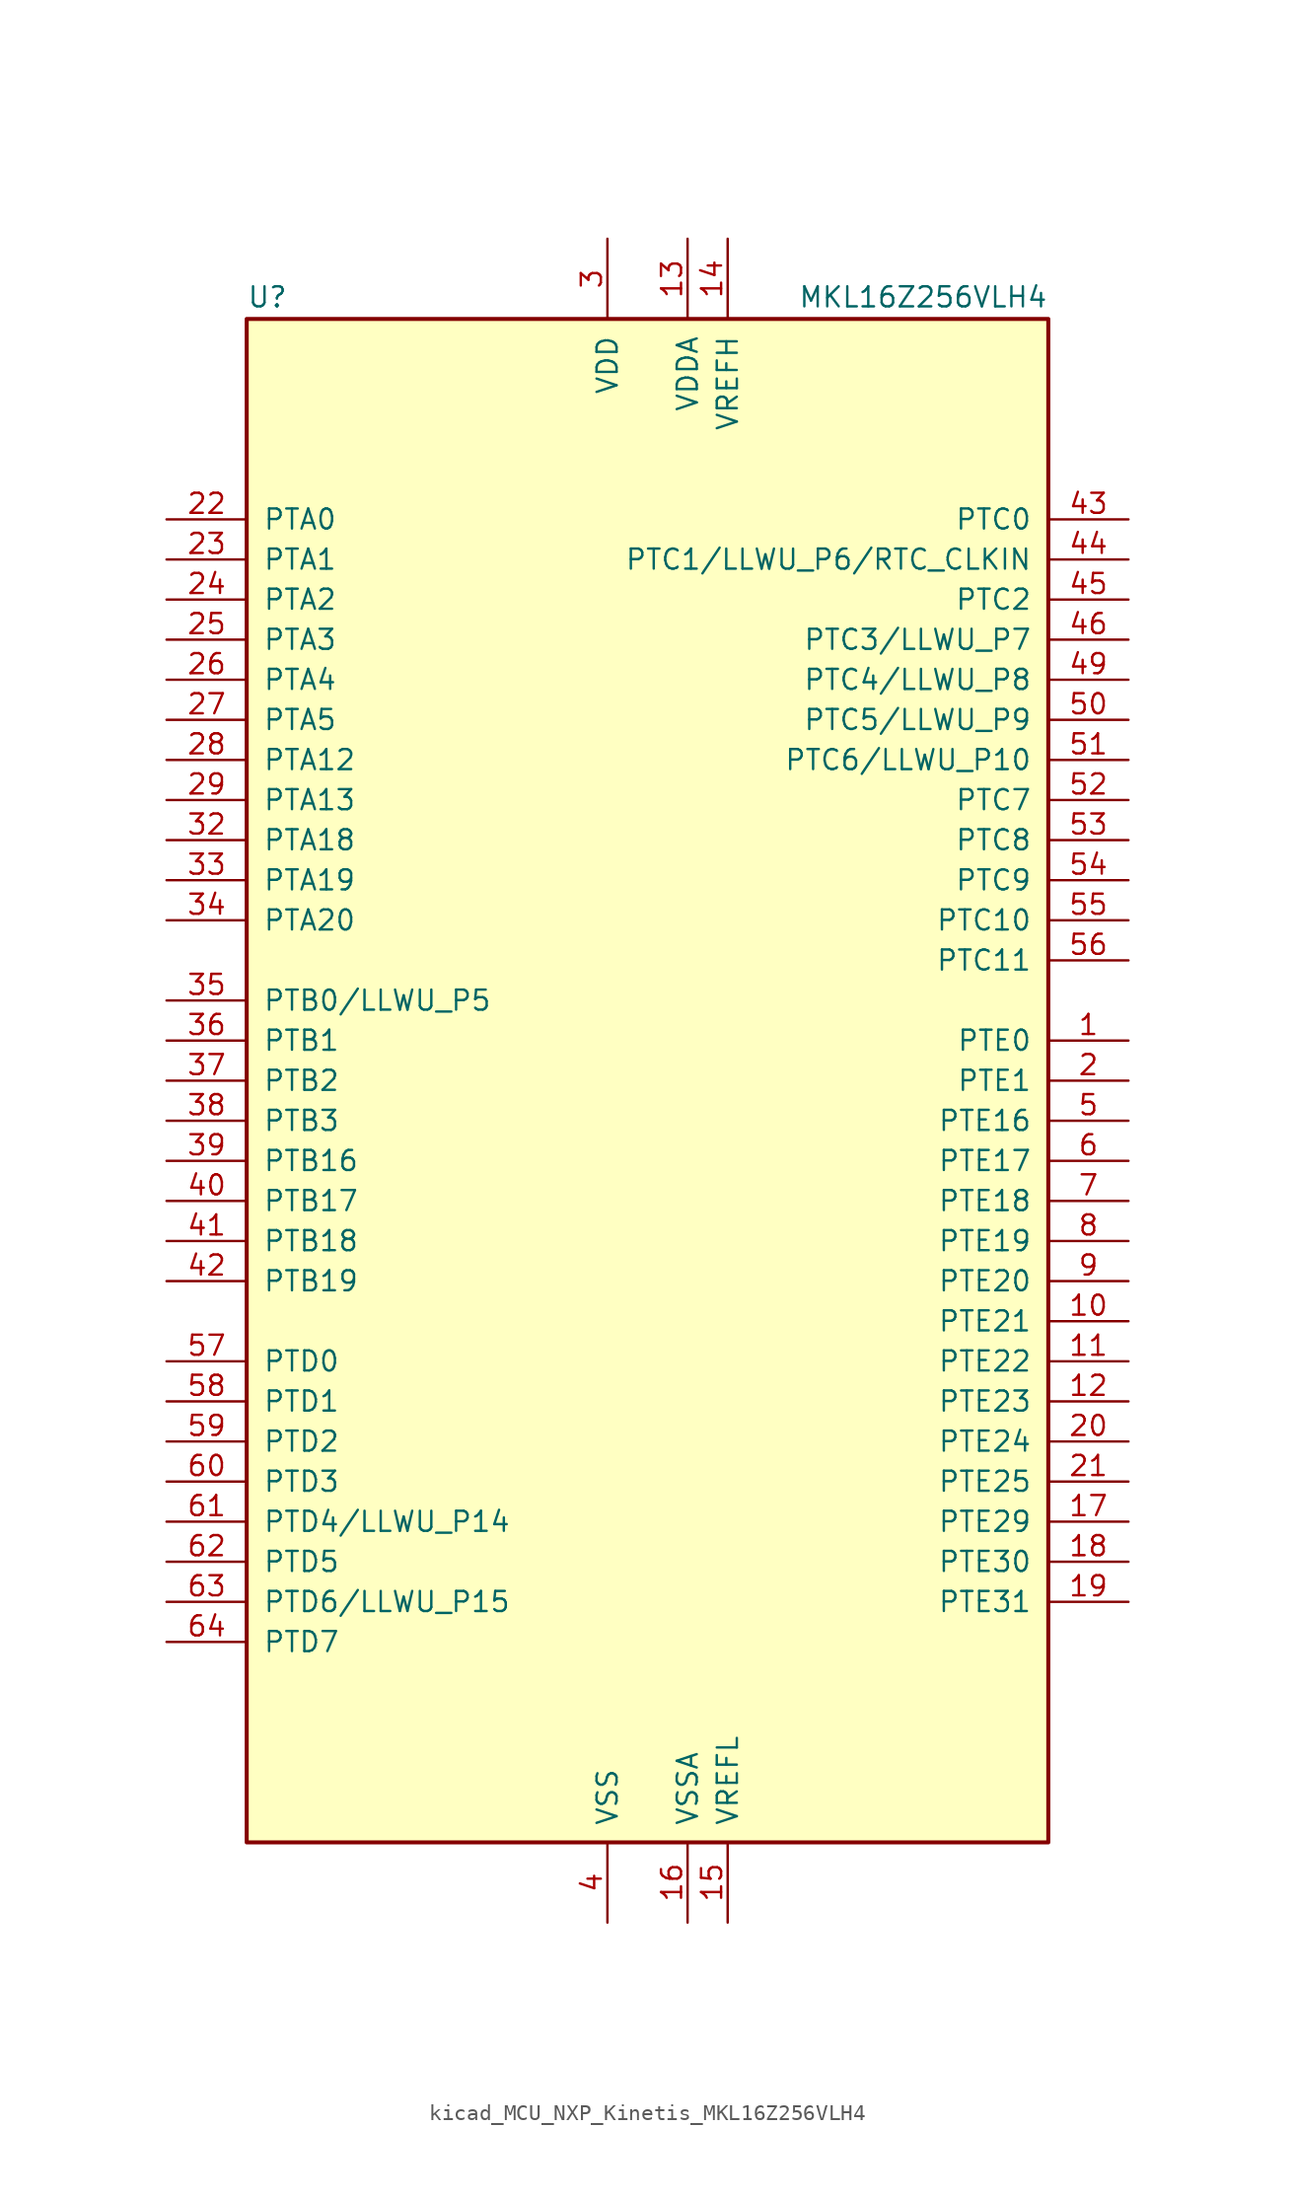
<source format=kicad_sym>
(kicad_symbol_lib
  (version 20220914)
  (generator kicad_symbol_editor)
  (symbol "kicad_MCU_NXP_Kinetis_MKL16Z256VLH4"
    (pin_names
      (offset 1.016))
    (property "Reference" "U"
      (at -25.4 48.895 0)
      (effects (font (size 1.27 1.27)) (justify left bottom)))
    (property "Value" "MKL16Z256VLH4"
      (at 25.4 48.895 0)
      (effects (font (size 1.27 1.27)) (justify right bottom)))
    (symbol "kicad_MCU_NXP_Kinetis_MKL16Z256VLH4_0_1"
      (rectangle (start -25.4 48.26) (end 25.4 -48.26) (stroke (width 0.254) (type default)) (fill (type background))))
    (symbol "kicad_MCU_NXP_Kinetis_MKL16Z256VLH4_1_1"
      (pin bidirectional line (at 30.48 2.54 180) (length 5.08) (name "PTE0" (effects (font (size 1.27 1.27)))) (number "1" (effects (font (size 1.27 1.27)))))
      (pin bidirectional line (at 30.48 -15.24 180) (length 5.08) (name "PTE21" (effects (font (size 1.27 1.27)))) (number "10" (effects (font (size 1.27 1.27)))))
      (pin bidirectional line (at 30.48 -17.78 180) (length 5.08) (name "PTE22" (effects (font (size 1.27 1.27)))) (number "11" (effects (font (size 1.27 1.27)))))
      (pin bidirectional line (at 30.48 -20.32 180) (length 5.08) (name "PTE23" (effects (font (size 1.27 1.27)))) (number "12" (effects (font (size 1.27 1.27)))))
      (pin power_in line (at 2.54 53.34 270) (length 5.08) (name "VDDA" (effects (font (size 1.27 1.27)))) (number "13" (effects (font (size 1.27 1.27)))))
      (pin power_in line (at 5.08 53.34 270) (length 5.08) (name "VREFH" (effects (font (size 1.27 1.27)))) (number "14" (effects (font (size 1.27 1.27)))))
      (pin power_in line (at 5.08 -53.34 90) (length 5.08) (name "VREFL" (effects (font (size 1.27 1.27)))) (number "15" (effects (font (size 1.27 1.27)))))
      (pin power_in line (at 2.54 -53.34 90) (length 5.08) (name "VSSA" (effects (font (size 1.27 1.27)))) (number "16" (effects (font (size 1.27 1.27)))))
      (pin bidirectional line (at 30.48 -27.94 180) (length 5.08) (name "PTE29" (effects (font (size 1.27 1.27)))) (number "17" (effects (font (size 1.27 1.27)))))
      (pin bidirectional line (at 30.48 -30.48 180) (length 5.08) (name "PTE30" (effects (font (size 1.27 1.27)))) (number "18" (effects (font (size 1.27 1.27)))))
      (pin bidirectional line (at 30.48 -33.02 180) (length 5.08) (name "PTE31" (effects (font (size 1.27 1.27)))) (number "19" (effects (font (size 1.27 1.27)))))
      (pin bidirectional line (at 30.48 0 180) (length 5.08) (name "PTE1" (effects (font (size 1.27 1.27)))) (number "2" (effects (font (size 1.27 1.27)))))
      (pin bidirectional line (at 30.48 -22.86 180) (length 5.08) (name "PTE24" (effects (font (size 1.27 1.27)))) (number "20" (effects (font (size 1.27 1.27)))))
      (pin bidirectional line (at 30.48 -25.4 180) (length 5.08) (name "PTE25" (effects (font (size 1.27 1.27)))) (number "21" (effects (font (size 1.27 1.27)))))
      (pin bidirectional line (at -30.48 35.56 0) (length 5.08) (name "PTA0" (effects (font (size 1.27 1.27)))) (number "22" (effects (font (size 1.27 1.27)))))
      (pin bidirectional line (at -30.48 33.02 0) (length 5.08) (name "PTA1" (effects (font (size 1.27 1.27)))) (number "23" (effects (font (size 1.27 1.27)))))
      (pin bidirectional line (at -30.48 30.48 0) (length 5.08) (name "PTA2" (effects (font (size 1.27 1.27)))) (number "24" (effects (font (size 1.27 1.27)))))
      (pin bidirectional line (at -30.48 27.94 0) (length 5.08) (name "PTA3" (effects (font (size 1.27 1.27)))) (number "25" (effects (font (size 1.27 1.27)))))
      (pin bidirectional line (at -30.48 25.4 0) (length 5.08) (name "PTA4" (effects (font (size 1.27 1.27)))) (number "26" (effects (font (size 1.27 1.27)))))
      (pin bidirectional line (at -30.48 22.86 0) (length 5.08) (name "PTA5" (effects (font (size 1.27 1.27)))) (number "27" (effects (font (size 1.27 1.27)))))
      (pin bidirectional line (at -30.48 20.32 0) (length 5.08) (name "PTA12" (effects (font (size 1.27 1.27)))) (number "28" (effects (font (size 1.27 1.27)))))
      (pin bidirectional line (at -30.48 17.78 0) (length 5.08) (name "PTA13" (effects (font (size 1.27 1.27)))) (number "29" (effects (font (size 1.27 1.27)))))
      (pin power_in line (at -2.54 53.34 270) (length 5.08) (name "VDD" (effects (font (size 1.27 1.27)))) (number "3" (effects (font (size 1.27 1.27)))))
      (pin passive line (at -2.54 53.34 270) (length 5.08) hide (name "VDD" (effects (font (size 1.27 1.27)))) (number "30" (effects (font (size 1.27 1.27)))))
      (pin passive line (at -2.54 -53.34 90) (length 5.08) hide (name "VSS" (effects (font (size 1.27 1.27)))) (number "31" (effects (font (size 1.27 1.27)))))
      (pin bidirectional line (at -30.48 15.24 0) (length 5.08) (name "PTA18" (effects (font (size 1.27 1.27)))) (number "32" (effects (font (size 1.27 1.27)))))
      (pin bidirectional line (at -30.48 12.7 0) (length 5.08) (name "PTA19" (effects (font (size 1.27 1.27)))) (number "33" (effects (font (size 1.27 1.27)))))
      (pin bidirectional line (at -30.48 10.16 0) (length 5.08) (name "PTA20" (effects (font (size 1.27 1.27)))) (number "34" (effects (font (size 1.27 1.27)))))
      (pin bidirectional line (at -30.48 5.08 0) (length 5.08) (name "PTB0/LLWU_P5" (effects (font (size 1.27 1.27)))) (number "35" (effects (font (size 1.27 1.27)))))
      (pin bidirectional line (at -30.48 2.54 0) (length 5.08) (name "PTB1" (effects (font (size 1.27 1.27)))) (number "36" (effects (font (size 1.27 1.27)))))
      (pin bidirectional line (at -30.48 0 0) (length 5.08) (name "PTB2" (effects (font (size 1.27 1.27)))) (number "37" (effects (font (size 1.27 1.27)))))
      (pin bidirectional line (at -30.48 -2.54 0) (length 5.08) (name "PTB3" (effects (font (size 1.27 1.27)))) (number "38" (effects (font (size 1.27 1.27)))))
      (pin bidirectional line (at -30.48 -5.08 0) (length 5.08) (name "PTB16" (effects (font (size 1.27 1.27)))) (number "39" (effects (font (size 1.27 1.27)))))
      (pin power_in line (at -2.54 -53.34 90) (length 5.08) (name "VSS" (effects (font (size 1.27 1.27)))) (number "4" (effects (font (size 1.27 1.27)))))
      (pin bidirectional line (at -30.48 -7.62 0) (length 5.08) (name "PTB17" (effects (font (size 1.27 1.27)))) (number "40" (effects (font (size 1.27 1.27)))))
      (pin bidirectional line (at -30.48 -10.16 0) (length 5.08) (name "PTB18" (effects (font (size 1.27 1.27)))) (number "41" (effects (font (size 1.27 1.27)))))
      (pin bidirectional line (at -30.48 -12.7 0) (length 5.08) (name "PTB19" (effects (font (size 1.27 1.27)))) (number "42" (effects (font (size 1.27 1.27)))))
      (pin bidirectional line (at 30.48 35.56 180) (length 5.08) (name "PTC0" (effects (font (size 1.27 1.27)))) (number "43" (effects (font (size 1.27 1.27)))))
      (pin bidirectional line (at 30.48 33.02 180) (length 5.08) (name "PTC1/LLWU_P6/RTC_CLKIN" (effects (font (size 1.27 1.27)))) (number "44" (effects (font (size 1.27 1.27)))))
      (pin bidirectional line (at 30.48 30.48 180) (length 5.08) (name "PTC2" (effects (font (size 1.27 1.27)))) (number "45" (effects (font (size 1.27 1.27)))))
      (pin bidirectional line (at 30.48 27.94 180) (length 5.08) (name "PTC3/LLWU_P7" (effects (font (size 1.27 1.27)))) (number "46" (effects (font (size 1.27 1.27)))))
      (pin passive line (at -2.54 -53.34 90) (length 5.08) hide (name "VSS" (effects (font (size 1.27 1.27)))) (number "47" (effects (font (size 1.27 1.27)))))
      (pin passive line (at -2.54 53.34 270) (length 5.08) hide (name "VDD" (effects (font (size 1.27 1.27)))) (number "48" (effects (font (size 1.27 1.27)))))
      (pin bidirectional line (at 30.48 25.4 180) (length 5.08) (name "PTC4/LLWU_P8" (effects (font (size 1.27 1.27)))) (number "49" (effects (font (size 1.27 1.27)))))
      (pin bidirectional line (at 30.48 -2.54 180) (length 5.08) (name "PTE16" (effects (font (size 1.27 1.27)))) (number "5" (effects (font (size 1.27 1.27)))))
      (pin bidirectional line (at 30.48 22.86 180) (length 5.08) (name "PTC5/LLWU_P9" (effects (font (size 1.27 1.27)))) (number "50" (effects (font (size 1.27 1.27)))))
      (pin bidirectional line (at 30.48 20.32 180) (length 5.08) (name "PTC6/LLWU_P10" (effects (font (size 1.27 1.27)))) (number "51" (effects (font (size 1.27 1.27)))))
      (pin bidirectional line (at 30.48 17.78 180) (length 5.08) (name "PTC7" (effects (font (size 1.27 1.27)))) (number "52" (effects (font (size 1.27 1.27)))))
      (pin bidirectional line (at 30.48 15.24 180) (length 5.08) (name "PTC8" (effects (font (size 1.27 1.27)))) (number "53" (effects (font (size 1.27 1.27)))))
      (pin bidirectional line (at 30.48 12.7 180) (length 5.08) (name "PTC9" (effects (font (size 1.27 1.27)))) (number "54" (effects (font (size 1.27 1.27)))))
      (pin bidirectional line (at 30.48 10.16 180) (length 5.08) (name "PTC10" (effects (font (size 1.27 1.27)))) (number "55" (effects (font (size 1.27 1.27)))))
      (pin bidirectional line (at 30.48 7.62 180) (length 5.08) (name "PTC11" (effects (font (size 1.27 1.27)))) (number "56" (effects (font (size 1.27 1.27)))))
      (pin bidirectional line (at -30.48 -17.78 0) (length 5.08) (name "PTD0" (effects (font (size 1.27 1.27)))) (number "57" (effects (font (size 1.27 1.27)))))
      (pin bidirectional line (at -30.48 -20.32 0) (length 5.08) (name "PTD1" (effects (font (size 1.27 1.27)))) (number "58" (effects (font (size 1.27 1.27)))))
      (pin bidirectional line (at -30.48 -22.86 0) (length 5.08) (name "PTD2" (effects (font (size 1.27 1.27)))) (number "59" (effects (font (size 1.27 1.27)))))
      (pin bidirectional line (at 30.48 -5.08 180) (length 5.08) (name "PTE17" (effects (font (size 1.27 1.27)))) (number "6" (effects (font (size 1.27 1.27)))))
      (pin bidirectional line (at -30.48 -25.4 0) (length 5.08) (name "PTD3" (effects (font (size 1.27 1.27)))) (number "60" (effects (font (size 1.27 1.27)))))
      (pin bidirectional line (at -30.48 -27.94 0) (length 5.08) (name "PTD4/LLWU_P14" (effects (font (size 1.27 1.27)))) (number "61" (effects (font (size 1.27 1.27)))))
      (pin bidirectional line (at -30.48 -30.48 0) (length 5.08) (name "PTD5" (effects (font (size 1.27 1.27)))) (number "62" (effects (font (size 1.27 1.27)))))
      (pin bidirectional line (at -30.48 -33.02 0) (length 5.08) (name "PTD6/LLWU_P15" (effects (font (size 1.27 1.27)))) (number "63" (effects (font (size 1.27 1.27)))))
      (pin bidirectional line (at -30.48 -35.56 0) (length 5.08) (name "PTD7" (effects (font (size 1.27 1.27)))) (number "64" (effects (font (size 1.27 1.27)))))
      (pin bidirectional line (at 30.48 -7.62 180) (length 5.08) (name "PTE18" (effects (font (size 1.27 1.27)))) (number "7" (effects (font (size 1.27 1.27)))))
      (pin bidirectional line (at 30.48 -10.16 180) (length 5.08) (name "PTE19" (effects (font (size 1.27 1.27)))) (number "8" (effects (font (size 1.27 1.27)))))
      (pin bidirectional line (at 30.48 -12.7 180) (length 5.08) (name "PTE20" (effects (font (size 1.27 1.27)))) (number "9" (effects (font (size 1.27 1.27))))))))
</source>
